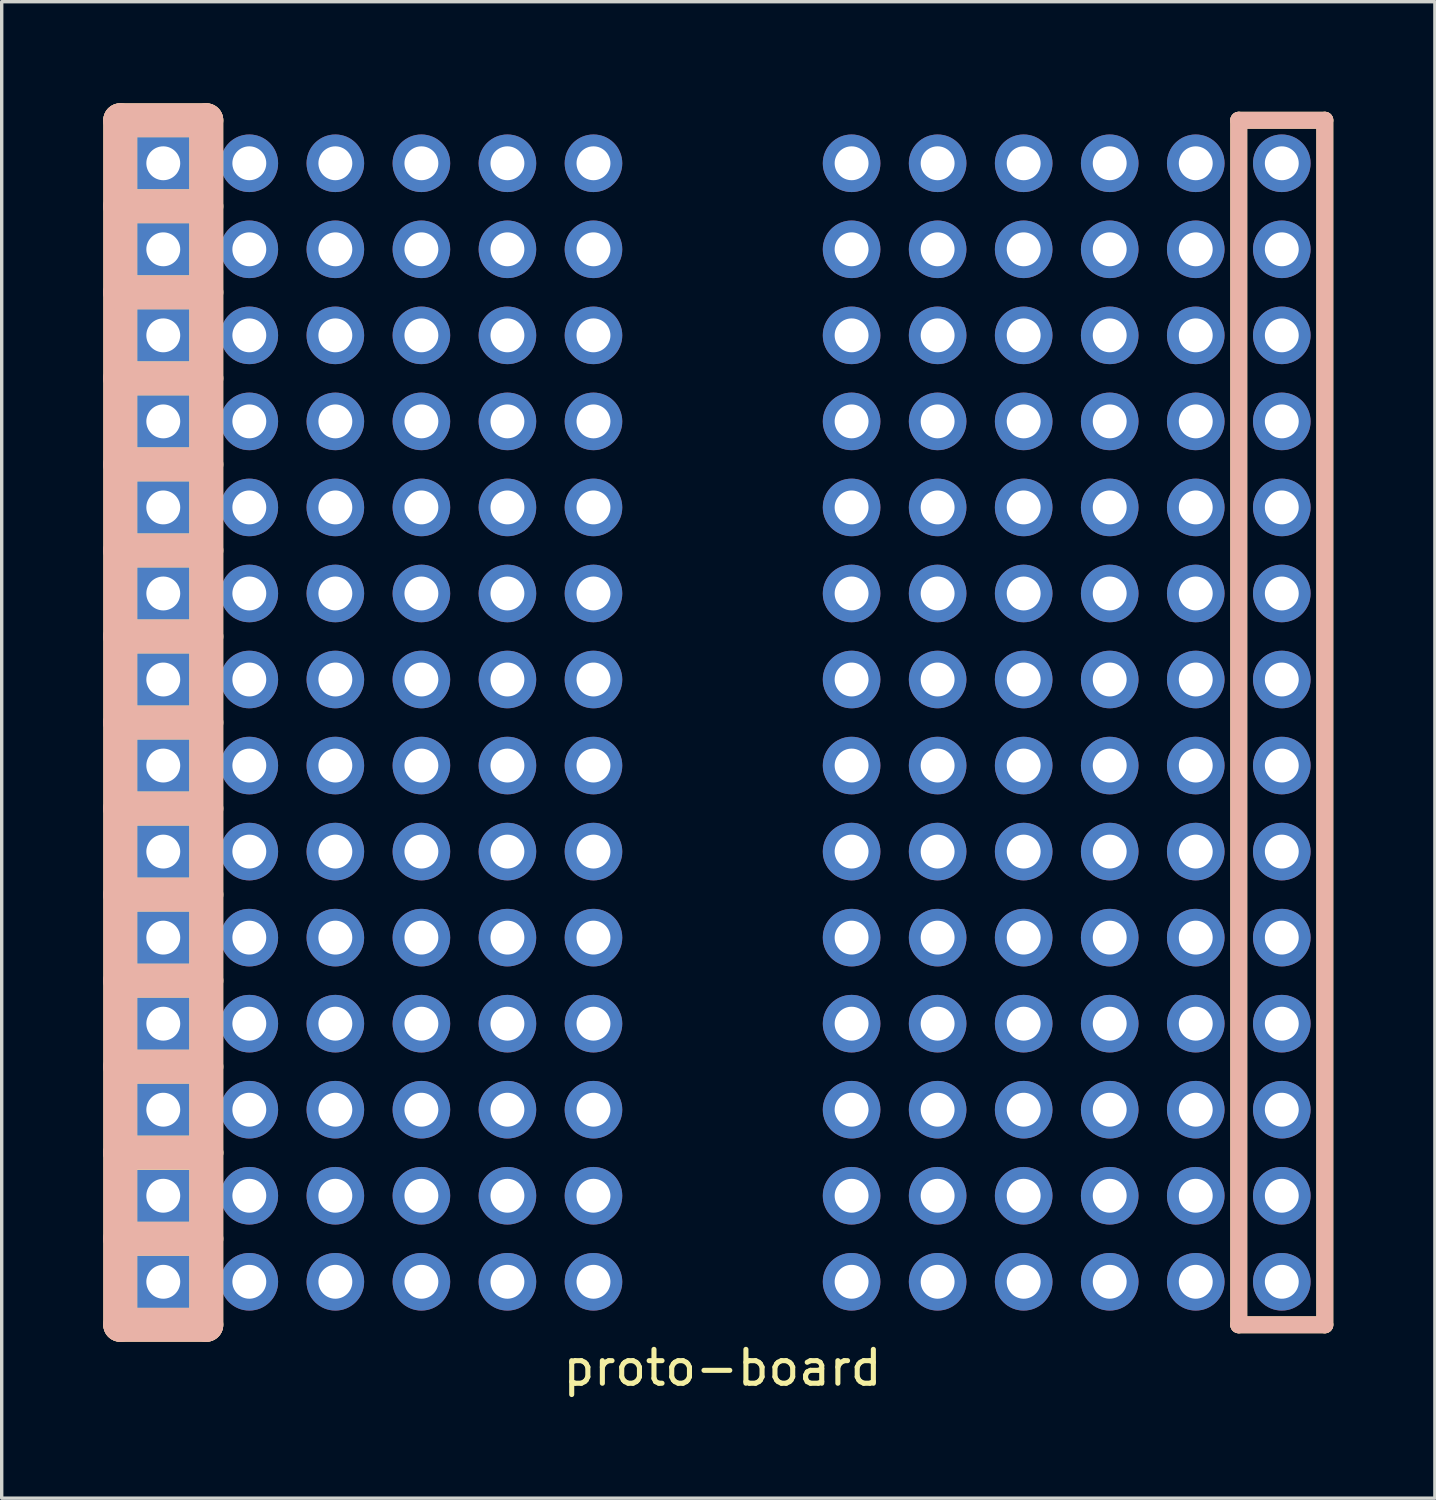
<source format=kicad_pcb>
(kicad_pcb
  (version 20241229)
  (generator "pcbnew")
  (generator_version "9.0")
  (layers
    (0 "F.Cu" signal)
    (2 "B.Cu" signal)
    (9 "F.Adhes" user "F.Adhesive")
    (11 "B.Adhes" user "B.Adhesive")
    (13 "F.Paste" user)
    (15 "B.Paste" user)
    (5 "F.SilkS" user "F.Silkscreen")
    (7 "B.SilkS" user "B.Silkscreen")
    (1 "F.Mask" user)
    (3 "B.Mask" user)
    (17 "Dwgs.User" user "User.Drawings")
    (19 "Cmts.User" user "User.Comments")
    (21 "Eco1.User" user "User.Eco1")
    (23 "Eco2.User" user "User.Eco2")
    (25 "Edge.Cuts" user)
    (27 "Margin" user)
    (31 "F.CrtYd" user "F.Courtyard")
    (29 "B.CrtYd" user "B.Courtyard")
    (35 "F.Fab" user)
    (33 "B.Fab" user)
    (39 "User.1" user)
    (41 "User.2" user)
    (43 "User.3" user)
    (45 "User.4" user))
  (footprint "proto-board"
    (layer "F.Cu")
    (at 18.28 18.28)
    (property "Reference" "proto-board" (at 0 19.05 0) (layer "F.SilkS") (effects (font (size 1 1) (thickness 0.15))))
    (attr through_hole)
    (fp_line (start -17.78 -15.24) (end -15.24 -15.24) (stroke (width 1) (type solid)) (layer "F.SilkS"))
    (fp_line (start -17.78 -12.7) (end -15.24 -12.7) (stroke (width 1) (type solid)) (layer "F.SilkS"))
    (fp_line (start -17.78 -10.16) (end -15.24 -10.16) (stroke (width 1) (type solid)) (layer "F.SilkS"))
    (fp_line (start -17.78 -7.62) (end -15.24 -7.62) (stroke (width 1) (type solid)) (layer "F.SilkS"))
    (fp_line (start -17.78 -5.08) (end -15.24 -5.08) (stroke (width 1) (type solid)) (layer "F.SilkS"))
    (fp_line (start -17.78 -2.54) (end -15.24 -2.54) (stroke (width 1) (type solid)) (layer "F.SilkS"))
    (fp_line (start -17.78 0) (end -15.24 0) (stroke (width 1) (type solid)) (layer "F.SilkS"))
    (fp_line (start -17.78 2.54) (end -15.24 2.54) (stroke (width 1) (type solid)) (layer "F.SilkS"))
    (fp_line (start -17.78 5.08) (end -15.24 5.08) (stroke (width 1) (type solid)) (layer "F.SilkS"))
    (fp_line (start -17.78 7.62) (end -15.24 7.62) (stroke (width 1) (type solid)) (layer "F.SilkS"))
    (fp_line (start -17.78 10.16) (end -15.24 10.16) (stroke (width 1) (type solid)) (layer "F.SilkS"))
    (fp_line (start -17.78 12.7) (end -15.24 12.7) (stroke (width 1) (type solid)) (layer "F.SilkS"))
    (fp_line (start -17.78 12.7) (end -15.24 12.7) (stroke (width 1) (type solid)) (layer "F.SilkS"))
    (fp_line (start -17.78 15.24) (end -15.24 15.24) (stroke (width 1) (type solid)) (layer "F.SilkS"))
    (fp_line (start -17.78 17.78) (end -17.78 -17.78) (stroke (width 1) (type solid)) (layer "F.SilkS"))
    (fp_line (start -17.78 17.78) (end -15.24 17.78) (stroke (width 1) (type solid)) (layer "F.SilkS"))
    (fp_line (start -15.24 -17.78) (end -17.78 -17.78) (stroke (width 1) (type solid)) (layer "F.SilkS"))
    (fp_line (start -15.24 -17.78) (end -15.24 17.78) (stroke (width 1) (type solid)) (layer "F.SilkS"))
    (fp_line (start 15.24 17.78) (end 15.24 -17.78) (stroke (width 0.5) (type solid)) (layer "F.SilkS"))
    (fp_line (start 15.24 17.78) (end 17.78 17.78) (stroke (width 0.5) (type solid)) (layer "F.SilkS"))
    (fp_line (start 17.78 -17.78) (end 15.24 -17.78) (stroke (width 0.5) (type solid)) (layer "F.SilkS"))
    (fp_line (start 17.78 -17.78) (end 17.78 17.78) (stroke (width 0.5) (type solid)) (layer "F.SilkS"))
    (fp_line (start -17.78 -17.78) (end -17.78 17.78) (stroke (width 1) (type solid)) (layer "B.SilkS"))
    (fp_line (start -17.78 -15.24) (end -15.24 -15.24) (stroke (width 1) (type solid)) (layer "B.SilkS"))
    (fp_line (start -17.78 -12.7) (end -15.24 -12.7) (stroke (width 1) (type solid)) (layer "B.SilkS"))
    (fp_line (start -17.78 -10.16) (end -15.24 -10.16) (stroke (width 1) (type solid)) (layer "B.SilkS"))
    (fp_line (start -17.78 -7.62) (end -15.24 -7.62) (stroke (width 1) (type solid)) (layer "B.SilkS"))
    (fp_line (start -17.78 -5.08) (end -15.24 -5.08) (stroke (width 1) (type solid)) (layer "B.SilkS"))
    (fp_line (start -17.78 -2.54) (end -15.24 -2.54) (stroke (width 1) (type solid)) (layer "B.SilkS"))
    (fp_line (start -17.78 0) (end -15.24 0) (stroke (width 1) (type solid)) (layer "B.SilkS"))
    (fp_line (start -17.78 2.54) (end -15.24 2.54) (stroke (width 1) (type solid)) (layer "B.SilkS"))
    (fp_line (start -17.78 5.08) (end -15.24 5.08) (stroke (width 1) (type solid)) (layer "B.SilkS"))
    (fp_line (start -17.78 7.62) (end -15.24 7.62) (stroke (width 1) (type solid)) (layer "B.SilkS"))
    (fp_line (start -17.78 10.16) (end -15.24 10.16) (stroke (width 1) (type solid)) (layer "B.SilkS"))
    (fp_line (start -17.78 12.7) (end -15.24 12.7) (stroke (width 1) (type solid)) (layer "B.SilkS"))
    (fp_line (start -17.78 15.24) (end -15.24 15.24) (stroke (width 1) (type solid)) (layer "B.SilkS"))
    (fp_line (start -17.78 17.78) (end -15.24 17.78) (stroke (width 1) (type solid)) (layer "B.SilkS"))
    (fp_line (start -15.24 -17.78) (end -17.78 -17.78) (stroke (width 1) (type solid)) (layer "B.SilkS"))
    (fp_line (start -15.24 17.78) (end -15.24 -17.78) (stroke (width 1) (type solid)) (layer "B.SilkS"))
    (fp_line (start 15.24 -17.78) (end 15.24 17.78) (stroke (width 0.5) (type solid)) (layer "B.SilkS"))
    (fp_line (start 15.24 17.78) (end 17.78 17.78) (stroke (width 0.5) (type solid)) (layer "B.SilkS"))
    (fp_line (start 17.78 -17.78) (end 15.24 -17.78) (stroke (width 0.5) (type solid)) (layer "B.SilkS"))
    (fp_line (start 17.78 17.78) (end 17.78 -17.78) (stroke (width 0.5) (type solid)) (layer "B.SilkS"))
    (pad "" thru_hole circle (at -13.97 -16.51) (size 1.7 1.7) (drill 1) (layers "*.Cu" "*.Mask"))
    (pad "" thru_hole circle (at -13.97 -13.97) (size 1.7 1.7) (drill 1) (layers "*.Cu" "*.Mask"))
    (pad "" thru_hole circle (at -13.97 -11.43) (size 1.7 1.7) (drill 1) (layers "*.Cu" "*.Mask"))
    (pad "" thru_hole circle (at -13.97 -8.89) (size 1.7 1.7) (drill 1) (layers "*.Cu" "*.Mask"))
    (pad "" thru_hole circle (at -13.97 -6.35) (size 1.7 1.7) (drill 1) (layers "*.Cu" "*.Mask"))
    (pad "" thru_hole circle (at -13.97 -3.81) (size 1.7 1.7) (drill 1) (layers "*.Cu" "*.Mask"))
    (pad "" thru_hole circle (at -13.97 -1.27) (size 1.7 1.7) (drill 1) (layers "*.Cu" "*.Mask"))
    (pad "" thru_hole circle (at -13.97 1.27) (size 1.7 1.7) (drill 1) (layers "*.Cu" "*.Mask"))
    (pad "" thru_hole circle (at -13.97 3.81) (size 1.7 1.7) (drill 1) (layers "*.Cu" "*.Mask"))
    (pad "" thru_hole circle (at -13.97 6.35) (size 1.7 1.7) (drill 1) (layers "*.Cu" "*.Mask"))
    (pad "" thru_hole circle (at -13.97 8.89) (size 1.7 1.7) (drill 1) (layers "*.Cu" "*.Mask"))
    (pad "" thru_hole circle (at -13.97 11.43) (size 1.7 1.7) (drill 1) (layers "*.Cu" "*.Mask"))
    (pad "" thru_hole circle (at -13.97 13.97) (size 1.7 1.7) (drill 1) (layers "*.Cu" "*.Mask"))
    (pad "" thru_hole circle (at -13.97 16.51) (size 1.7 1.7) (drill 1) (layers "*.Cu" "*.Mask"))
    (pad "" thru_hole circle (at -11.43 -16.51) (size 1.7 1.7) (drill 1) (layers "*.Cu" "*.Mask"))
    (pad "" thru_hole circle (at -11.43 -13.97) (size 1.7 1.7) (drill 1) (layers "*.Cu" "*.Mask"))
    (pad "" thru_hole circle (at -11.43 -11.43) (size 1.7 1.7) (drill 1) (layers "*.Cu" "*.Mask"))
    (pad "" thru_hole circle (at -11.43 -8.89) (size 1.7 1.7) (drill 1) (layers "*.Cu" "*.Mask"))
    (pad "" thru_hole circle (at -11.43 -6.35) (size 1.7 1.7) (drill 1) (layers "*.Cu" "*.Mask"))
    (pad "" thru_hole circle (at -11.43 -3.81) (size 1.7 1.7) (drill 1) (layers "*.Cu" "*.Mask"))
    (pad "" thru_hole circle (at -11.43 -1.27) (size 1.7 1.7) (drill 1) (layers "*.Cu" "*.Mask"))
    (pad "" thru_hole circle (at -11.43 1.27) (size 1.7 1.7) (drill 1) (layers "*.Cu" "*.Mask"))
    (pad "" thru_hole circle (at -11.43 3.81) (size 1.7 1.7) (drill 1) (layers "*.Cu" "*.Mask"))
    (pad "" thru_hole circle (at -11.43 6.35) (size 1.7 1.7) (drill 1) (layers "*.Cu" "*.Mask"))
    (pad "" thru_hole circle (at -11.43 8.89) (size 1.7 1.7) (drill 1) (layers "*.Cu" "*.Mask"))
    (pad "" thru_hole circle (at -11.43 11.43) (size 1.7 1.7) (drill 1) (layers "*.Cu" "*.Mask"))
    (pad "" thru_hole circle (at -11.43 13.97) (size 1.7 1.7) (drill 1) (layers "*.Cu" "*.Mask"))
    (pad "" thru_hole circle (at -11.43 16.51) (size 1.7 1.7) (drill 1) (layers "*.Cu" "*.Mask"))
    (pad "" thru_hole circle (at -8.89 -16.51) (size 1.7 1.7) (drill 1) (layers "*.Cu" "*.Mask"))
    (pad "" thru_hole circle (at -8.89 -13.97) (size 1.7 1.7) (drill 1) (layers "*.Cu" "*.Mask"))
    (pad "" thru_hole circle (at -8.89 -11.43) (size 1.7 1.7) (drill 1) (layers "*.Cu" "*.Mask"))
    (pad "" thru_hole circle (at -8.89 -8.89) (size 1.7 1.7) (drill 1) (layers "*.Cu" "*.Mask"))
    (pad "" thru_hole circle (at -8.89 -6.35) (size 1.7 1.7) (drill 1) (layers "*.Cu" "*.Mask"))
    (pad "" thru_hole circle (at -8.89 -3.81) (size 1.7 1.7) (drill 1) (layers "*.Cu" "*.Mask"))
    (pad "" thru_hole circle (at -8.89 -1.27) (size 1.7 1.7) (drill 1) (layers "*.Cu" "*.Mask"))
    (pad "" thru_hole circle (at -8.89 1.27) (size 1.7 1.7) (drill 1) (layers "*.Cu" "*.Mask"))
    (pad "" thru_hole circle (at -8.89 3.81) (size 1.7 1.7) (drill 1) (layers "*.Cu" "*.Mask"))
    (pad "" thru_hole circle (at -8.89 6.35) (size 1.7 1.7) (drill 1) (layers "*.Cu" "*.Mask"))
    (pad "" thru_hole circle (at -8.89 8.89) (size 1.7 1.7) (drill 1) (layers "*.Cu" "*.Mask"))
    (pad "" thru_hole circle (at -8.89 11.43) (size 1.7 1.7) (drill 1) (layers "*.Cu" "*.Mask"))
    (pad "" thru_hole circle (at -8.89 13.97) (size 1.7 1.7) (drill 1) (layers "*.Cu" "*.Mask"))
    (pad "" thru_hole circle (at -8.89 16.51) (size 1.7 1.7) (drill 1) (layers "*.Cu" "*.Mask"))
    (pad "" thru_hole circle (at -6.35 -16.51) (size 1.7 1.7) (drill 1) (layers "*.Cu" "*.Mask"))
    (pad "" thru_hole circle (at -6.35 -13.97) (size 1.7 1.7) (drill 1) (layers "*.Cu" "*.Mask"))
    (pad "" thru_hole circle (at -6.35 -11.43) (size 1.7 1.7) (drill 1) (layers "*.Cu" "*.Mask"))
    (pad "" thru_hole circle (at -6.35 -8.89) (size 1.7 1.7) (drill 1) (layers "*.Cu" "*.Mask"))
    (pad "" thru_hole circle (at -6.35 -6.35) (size 1.7 1.7) (drill 1) (layers "*.Cu" "*.Mask"))
    (pad "" thru_hole circle (at -6.35 -3.81) (size 1.7 1.7) (drill 1) (layers "*.Cu" "*.Mask"))
    (pad "" thru_hole circle (at -6.35 -1.27) (size 1.7 1.7) (drill 1) (layers "*.Cu" "*.Mask"))
    (pad "" thru_hole circle (at -6.35 1.27) (size 1.7 1.7) (drill 1) (layers "*.Cu" "*.Mask"))
    (pad "" thru_hole circle (at -6.35 3.81) (size 1.7 1.7) (drill 1) (layers "*.Cu" "*.Mask"))
    (pad "" thru_hole circle (at -6.35 6.35) (size 1.7 1.7) (drill 1) (layers "*.Cu" "*.Mask"))
    (pad "" thru_hole circle (at -6.35 8.89) (size 1.7 1.7) (drill 1) (layers "*.Cu" "*.Mask"))
    (pad "" thru_hole circle (at -6.35 11.43) (size 1.7 1.7) (drill 1) (layers "*.Cu" "*.Mask"))
    (pad "" thru_hole circle (at -6.35 13.97) (size 1.7 1.7) (drill 1) (layers "*.Cu" "*.Mask"))
    (pad "" thru_hole circle (at -6.35 16.51) (size 1.7 1.7) (drill 1) (layers "*.Cu" "*.Mask"))
    (pad "" thru_hole circle (at -3.81 -16.51) (size 1.7 1.7) (drill 1) (layers "*.Cu" "*.Mask"))
    (pad "" thru_hole circle (at -3.81 -13.97) (size 1.7 1.7) (drill 1) (layers "*.Cu" "*.Mask"))
    (pad "" thru_hole circle (at -3.81 -11.43) (size 1.7 1.7) (drill 1) (layers "*.Cu" "*.Mask"))
    (pad "" thru_hole circle (at -3.81 -8.89) (size 1.7 1.7) (drill 1) (layers "*.Cu" "*.Mask"))
    (pad "" thru_hole circle (at -3.81 -6.35) (size 1.7 1.7) (drill 1) (layers "*.Cu" "*.Mask"))
    (pad "" thru_hole circle (at -3.81 -3.81) (size 1.7 1.7) (drill 1) (layers "*.Cu" "*.Mask"))
    (pad "" thru_hole circle (at -3.81 -1.27) (size 1.7 1.7) (drill 1) (layers "*.Cu" "*.Mask"))
    (pad "" thru_hole circle (at -3.81 1.27) (size 1.7 1.7) (drill 1) (layers "*.Cu" "*.Mask"))
    (pad "" thru_hole circle (at -3.81 3.81) (size 1.7 1.7) (drill 1) (layers "*.Cu" "*.Mask"))
    (pad "" thru_hole circle (at -3.81 6.35) (size 1.7 1.7) (drill 1) (layers "*.Cu" "*.Mask"))
    (pad "" thru_hole circle (at -3.81 8.89) (size 1.7 1.7) (drill 1) (layers "*.Cu" "*.Mask"))
    (pad "" thru_hole circle (at -3.81 11.43) (size 1.7 1.7) (drill 1) (layers "*.Cu" "*.Mask"))
    (pad "" thru_hole circle (at -3.81 13.97) (size 1.7 1.7) (drill 1) (layers "*.Cu" "*.Mask"))
    (pad "" thru_hole circle (at -3.81 16.51) (size 1.7 1.7) (drill 1) (layers "*.Cu" "*.Mask"))
    (pad "" thru_hole circle (at 3.81 -16.51) (size 1.7 1.7) (drill 1) (layers "*.Cu" "*.Mask"))
    (pad "" thru_hole circle (at 3.81 -13.97) (size 1.7 1.7) (drill 1) (layers "*.Cu" "*.Mask"))
    (pad "" thru_hole circle (at 3.81 -11.43) (size 1.7 1.7) (drill 1) (layers "*.Cu" "*.Mask"))
    (pad "" thru_hole circle (at 3.81 -8.89) (size 1.7 1.7) (drill 1) (layers "*.Cu" "*.Mask"))
    (pad "" thru_hole circle (at 3.81 -6.35) (size 1.7 1.7) (drill 1) (layers "*.Cu" "*.Mask"))
    (pad "" thru_hole circle (at 3.81 -3.81) (size 1.7 1.7) (drill 1) (layers "*.Cu" "*.Mask"))
    (pad "" thru_hole circle (at 3.81 -1.27) (size 1.7 1.7) (drill 1) (layers "*.Cu" "*.Mask"))
    (pad "" thru_hole circle (at 3.81 1.27) (size 1.7 1.7) (drill 1) (layers "*.Cu" "*.Mask"))
    (pad "" thru_hole circle (at 3.81 3.81) (size 1.7 1.7) (drill 1) (layers "*.Cu" "*.Mask"))
    (pad "" thru_hole circle (at 3.81 6.35) (size 1.7 1.7) (drill 1) (layers "*.Cu" "*.Mask"))
    (pad "" thru_hole circle (at 3.81 8.89) (size 1.7 1.7) (drill 1) (layers "*.Cu" "*.Mask"))
    (pad "" thru_hole circle (at 3.81 11.43) (size 1.7 1.7) (drill 1) (layers "*.Cu" "*.Mask"))
    (pad "" thru_hole circle (at 3.81 13.97) (size 1.7 1.7) (drill 1) (layers "*.Cu" "*.Mask"))
    (pad "" thru_hole circle (at 3.81 16.51) (size 1.7 1.7) (drill 1) (layers "*.Cu" "*.Mask"))
    (pad "" thru_hole circle (at 6.35 -16.51) (size 1.7 1.7) (drill 1) (layers "*.Cu" "*.Mask"))
    (pad "" thru_hole circle (at 6.35 -13.97) (size 1.7 1.7) (drill 1) (layers "*.Cu" "*.Mask"))
    (pad "" thru_hole circle (at 6.35 -11.43) (size 1.7 1.7) (drill 1) (layers "*.Cu" "*.Mask"))
    (pad "" thru_hole circle (at 6.35 -8.89) (size 1.7 1.7) (drill 1) (layers "*.Cu" "*.Mask"))
    (pad "" thru_hole circle (at 6.35 -6.35) (size 1.7 1.7) (drill 1) (layers "*.Cu" "*.Mask"))
    (pad "" thru_hole circle (at 6.35 -3.81) (size 1.7 1.7) (drill 1) (layers "*.Cu" "*.Mask"))
    (pad "" thru_hole circle (at 6.35 -1.27) (size 1.7 1.7) (drill 1) (layers "*.Cu" "*.Mask"))
    (pad "" thru_hole circle (at 6.35 1.27) (size 1.7 1.7) (drill 1) (layers "*.Cu" "*.Mask"))
    (pad "" thru_hole circle (at 6.35 3.81) (size 1.7 1.7) (drill 1) (layers "*.Cu" "*.Mask"))
    (pad "" thru_hole circle (at 6.35 6.35) (size 1.7 1.7) (drill 1) (layers "*.Cu" "*.Mask"))
    (pad "" thru_hole circle (at 6.35 8.89) (size 1.7 1.7) (drill 1) (layers "*.Cu" "*.Mask"))
    (pad "" thru_hole circle (at 6.35 11.43) (size 1.7 1.7) (drill 1) (layers "*.Cu" "*.Mask"))
    (pad "" thru_hole circle (at 6.35 13.97) (size 1.7 1.7) (drill 1) (layers "*.Cu" "*.Mask"))
    (pad "" thru_hole circle (at 6.35 16.51) (size 1.7 1.7) (drill 1) (layers "*.Cu" "*.Mask"))
    (pad "" thru_hole circle (at 8.89 -16.51) (size 1.7 1.7) (drill 1) (layers "*.Cu" "*.Mask"))
    (pad "" thru_hole circle (at 8.89 -13.97) (size 1.7 1.7) (drill 1) (layers "*.Cu" "*.Mask"))
    (pad "" thru_hole circle (at 8.89 -11.43) (size 1.7 1.7) (drill 1) (layers "*.Cu" "*.Mask"))
    (pad "" thru_hole circle (at 8.89 -8.89) (size 1.7 1.7) (drill 1) (layers "*.Cu" "*.Mask"))
    (pad "" thru_hole circle (at 8.89 -6.35) (size 1.7 1.7) (drill 1) (layers "*.Cu" "*.Mask"))
    (pad "" thru_hole circle (at 8.89 -3.81) (size 1.7 1.7) (drill 1) (layers "*.Cu" "*.Mask"))
    (pad "" thru_hole circle (at 8.89 -1.27) (size 1.7 1.7) (drill 1) (layers "*.Cu" "*.Mask"))
    (pad "" thru_hole circle (at 8.89 1.27) (size 1.7 1.7) (drill 1) (layers "*.Cu" "*.Mask"))
    (pad "" thru_hole circle (at 8.89 3.81) (size 1.7 1.7) (drill 1) (layers "*.Cu" "*.Mask"))
    (pad "" thru_hole circle (at 8.89 6.35) (size 1.7 1.7) (drill 1) (layers "*.Cu" "*.Mask"))
    (pad "" thru_hole circle (at 8.89 8.89) (size 1.7 1.7) (drill 1) (layers "*.Cu" "*.Mask"))
    (pad "" thru_hole circle (at 8.89 11.43) (size 1.7 1.7) (drill 1) (layers "*.Cu" "*.Mask"))
    (pad "" thru_hole circle (at 8.89 13.97) (size 1.7 1.7) (drill 1) (layers "*.Cu" "*.Mask"))
    (pad "" thru_hole circle (at 8.89 16.51) (size 1.7 1.7) (drill 1) (layers "*.Cu" "*.Mask"))
    (pad "" thru_hole circle (at 11.43 -16.51) (size 1.7 1.7) (drill 1) (layers "*.Cu" "*.Mask"))
    (pad "" thru_hole circle (at 11.43 -13.97) (size 1.7 1.7) (drill 1) (layers "*.Cu" "*.Mask"))
    (pad "" thru_hole circle (at 11.43 -11.43) (size 1.7 1.7) (drill 1) (layers "*.Cu" "*.Mask"))
    (pad "" thru_hole circle (at 11.43 -8.89) (size 1.7 1.7) (drill 1) (layers "*.Cu" "*.Mask"))
    (pad "" thru_hole circle (at 11.43 -6.35) (size 1.7 1.7) (drill 1) (layers "*.Cu" "*.Mask"))
    (pad "" thru_hole circle (at 11.43 -3.81) (size 1.7 1.7) (drill 1) (layers "*.Cu" "*.Mask"))
    (pad "" thru_hole circle (at 11.43 -1.27) (size 1.7 1.7) (drill 1) (layers "*.Cu" "*.Mask"))
    (pad "" thru_hole circle (at 11.43 1.27) (size 1.7 1.7) (drill 1) (layers "*.Cu" "*.Mask"))
    (pad "" thru_hole circle (at 11.43 3.81) (size 1.7 1.7) (drill 1) (layers "*.Cu" "*.Mask"))
    (pad "" thru_hole circle (at 11.43 6.35) (size 1.7 1.7) (drill 1) (layers "*.Cu" "*.Mask"))
    (pad "" thru_hole circle (at 11.43 8.89) (size 1.7 1.7) (drill 1) (layers "*.Cu" "*.Mask"))
    (pad "" thru_hole circle (at 11.43 11.43) (size 1.7 1.7) (drill 1) (layers "*.Cu" "*.Mask"))
    (pad "" thru_hole circle (at 11.43 13.97) (size 1.7 1.7) (drill 1) (layers "*.Cu" "*.Mask"))
    (pad "" thru_hole circle (at 11.43 16.51) (size 1.7 1.7) (drill 1) (layers "*.Cu" "*.Mask"))
    (pad "" thru_hole circle (at 13.97 -16.51) (size 1.7 1.7) (drill 1) (layers "*.Cu" "*.Mask"))
    (pad "" thru_hole circle (at 13.97 -13.97) (size 1.7 1.7) (drill 1) (layers "*.Cu" "*.Mask"))
    (pad "" thru_hole circle (at 13.97 -11.43) (size 1.7 1.7) (drill 1) (layers "*.Cu" "*.Mask"))
    (pad "" thru_hole circle (at 13.97 -8.89) (size 1.7 1.7) (drill 1) (layers "*.Cu" "*.Mask"))
    (pad "" thru_hole circle (at 13.97 -6.35) (size 1.7 1.7) (drill 1) (layers "*.Cu" "*.Mask"))
    (pad "" thru_hole circle (at 13.97 -3.81) (size 1.7 1.7) (drill 1) (layers "*.Cu" "*.Mask"))
    (pad "" thru_hole circle (at 13.97 -1.27) (size 1.7 1.7) (drill 1) (layers "*.Cu" "*.Mask"))
    (pad "" thru_hole circle (at 13.97 1.27) (size 1.7 1.7) (drill 1) (layers "*.Cu" "*.Mask"))
    (pad "" thru_hole circle (at 13.97 3.81) (size 1.7 1.7) (drill 1) (layers "*.Cu" "*.Mask"))
    (pad "" thru_hole circle (at 13.97 6.35) (size 1.7 1.7) (drill 1) (layers "*.Cu" "*.Mask"))
    (pad "" thru_hole circle (at 13.97 8.89) (size 1.7 1.7) (drill 1) (layers "*.Cu" "*.Mask"))
    (pad "" thru_hole circle (at 13.97 11.43) (size 1.7 1.7) (drill 1) (layers "*.Cu" "*.Mask"))
    (pad "" thru_hole circle (at 13.97 13.97) (size 1.7 1.7) (drill 1) (layers "*.Cu" "*.Mask"))
    (pad "" thru_hole circle (at 13.97 16.51) (size 1.7 1.7) (drill 1) (layers "*.Cu" "*.Mask"))
    (pad "1" thru_hole rect (at -16.51 -16.51 90) (size 1.7 1.7) (drill 1) (layers "*.Cu" "*.Mask"))
    (pad "1" thru_hole rect (at -16.51 -13.97 90) (size 1.7 1.7) (drill 1) (layers "*.Cu" "*.Mask"))
    (pad "1" thru_hole rect (at -16.51 -11.43 90) (size 1.7 1.7) (drill 1) (layers "*.Cu" "*.Mask"))
    (pad "1" thru_hole rect (at -16.51 -8.89 90) (size 1.7 1.7) (drill 1) (layers "*.Cu" "*.Mask"))
    (pad "1" thru_hole rect (at -16.51 -6.35 90) (size 1.7 1.7) (drill 1) (layers "*.Cu" "*.Mask"))
    (pad "1" thru_hole rect (at -16.51 -3.81 90) (size 1.7 1.7) (drill 1) (layers "*.Cu" "*.Mask"))
    (pad "1" thru_hole rect (at -16.51 -1.27 90) (size 1.7 1.7) (drill 1) (layers "*.Cu" "*.Mask"))
    (pad "1" thru_hole rect (at -16.51 1.27 90) (size 1.7 1.7) (drill 1) (layers "*.Cu" "*.Mask"))
    (pad "1" thru_hole rect (at -16.51 3.81 90) (size 1.7 1.7) (drill 1) (layers "*.Cu" "*.Mask"))
    (pad "1" thru_hole rect (at -16.51 6.35 90) (size 1.7 1.7) (drill 1) (layers "*.Cu" "*.Mask"))
    (pad "1" thru_hole rect (at -16.51 8.89 90) (size 1.7 1.7) (drill 1) (layers "*.Cu" "*.Mask"))
    (pad "1" thru_hole rect (at -16.51 11.43 90) (size 1.7 1.7) (drill 1) (layers "*.Cu" "*.Mask"))
    (pad "1" thru_hole rect (at -16.51 13.97 90) (size 1.7 1.7) (drill 1) (layers "*.Cu" "*.Mask"))
    (pad "1" thru_hole rect (at -16.51 16.51 90) (size 1.7 1.7) (drill 1) (layers "*.Cu" "*.Mask"))
    (pad "2" thru_hole circle (at 16.51 -16.51) (size 1.7 1.7) (drill 1) (layers "*.Cu" "*.Mask"))
    (pad "2" thru_hole circle (at 16.51 -13.97) (size 1.7 1.7) (drill 1) (layers "*.Cu" "*.Mask"))
    (pad "2" thru_hole circle (at 16.51 -11.43) (size 1.7 1.7) (drill 1) (layers "*.Cu" "*.Mask"))
    (pad "2" thru_hole circle (at 16.51 -8.89) (size 1.7 1.7) (drill 1) (layers "*.Cu" "*.Mask"))
    (pad "2" thru_hole circle (at 16.51 -6.35) (size 1.7 1.7) (drill 1) (layers "*.Cu" "*.Mask"))
    (pad "2" thru_hole circle (at 16.51 -3.81) (size 1.7 1.7) (drill 1) (layers "*.Cu" "*.Mask"))
    (pad "2" thru_hole circle (at 16.51 -1.27) (size 1.7 1.7) (drill 1) (layers "*.Cu" "*.Mask"))
    (pad "2" thru_hole circle (at 16.51 1.27) (size 1.7 1.7) (drill 1) (layers "*.Cu" "*.Mask"))
    (pad "2" thru_hole circle (at 16.51 3.81) (size 1.7 1.7) (drill 1) (layers "*.Cu" "*.Mask"))
    (pad "2" thru_hole circle (at 16.51 6.35) (size 1.7 1.7) (drill 1) (layers "*.Cu" "*.Mask"))
    (pad "2" thru_hole circle (at 16.51 8.89) (size 1.7 1.7) (drill 1) (layers "*.Cu" "*.Mask"))
    (pad "2" thru_hole circle (at 16.51 11.43) (size 1.7 1.7) (drill 1) (layers "*.Cu" "*.Mask"))
    (pad "2" thru_hole circle (at 16.51 13.97) (size 1.7 1.7) (drill 1) (layers "*.Cu" "*.Mask"))
    (pad "2" thru_hole circle (at 16.51 16.51) (size 1.7 1.7) (drill 1) (layers "*.Cu" "*.Mask")))
  (gr_rect
    (start -3 -3)
    (end 39.31 41.178)
    (stroke (width 0.1) (type default))
    (fill no)
    (layer "Edge.Cuts")))
</source>
